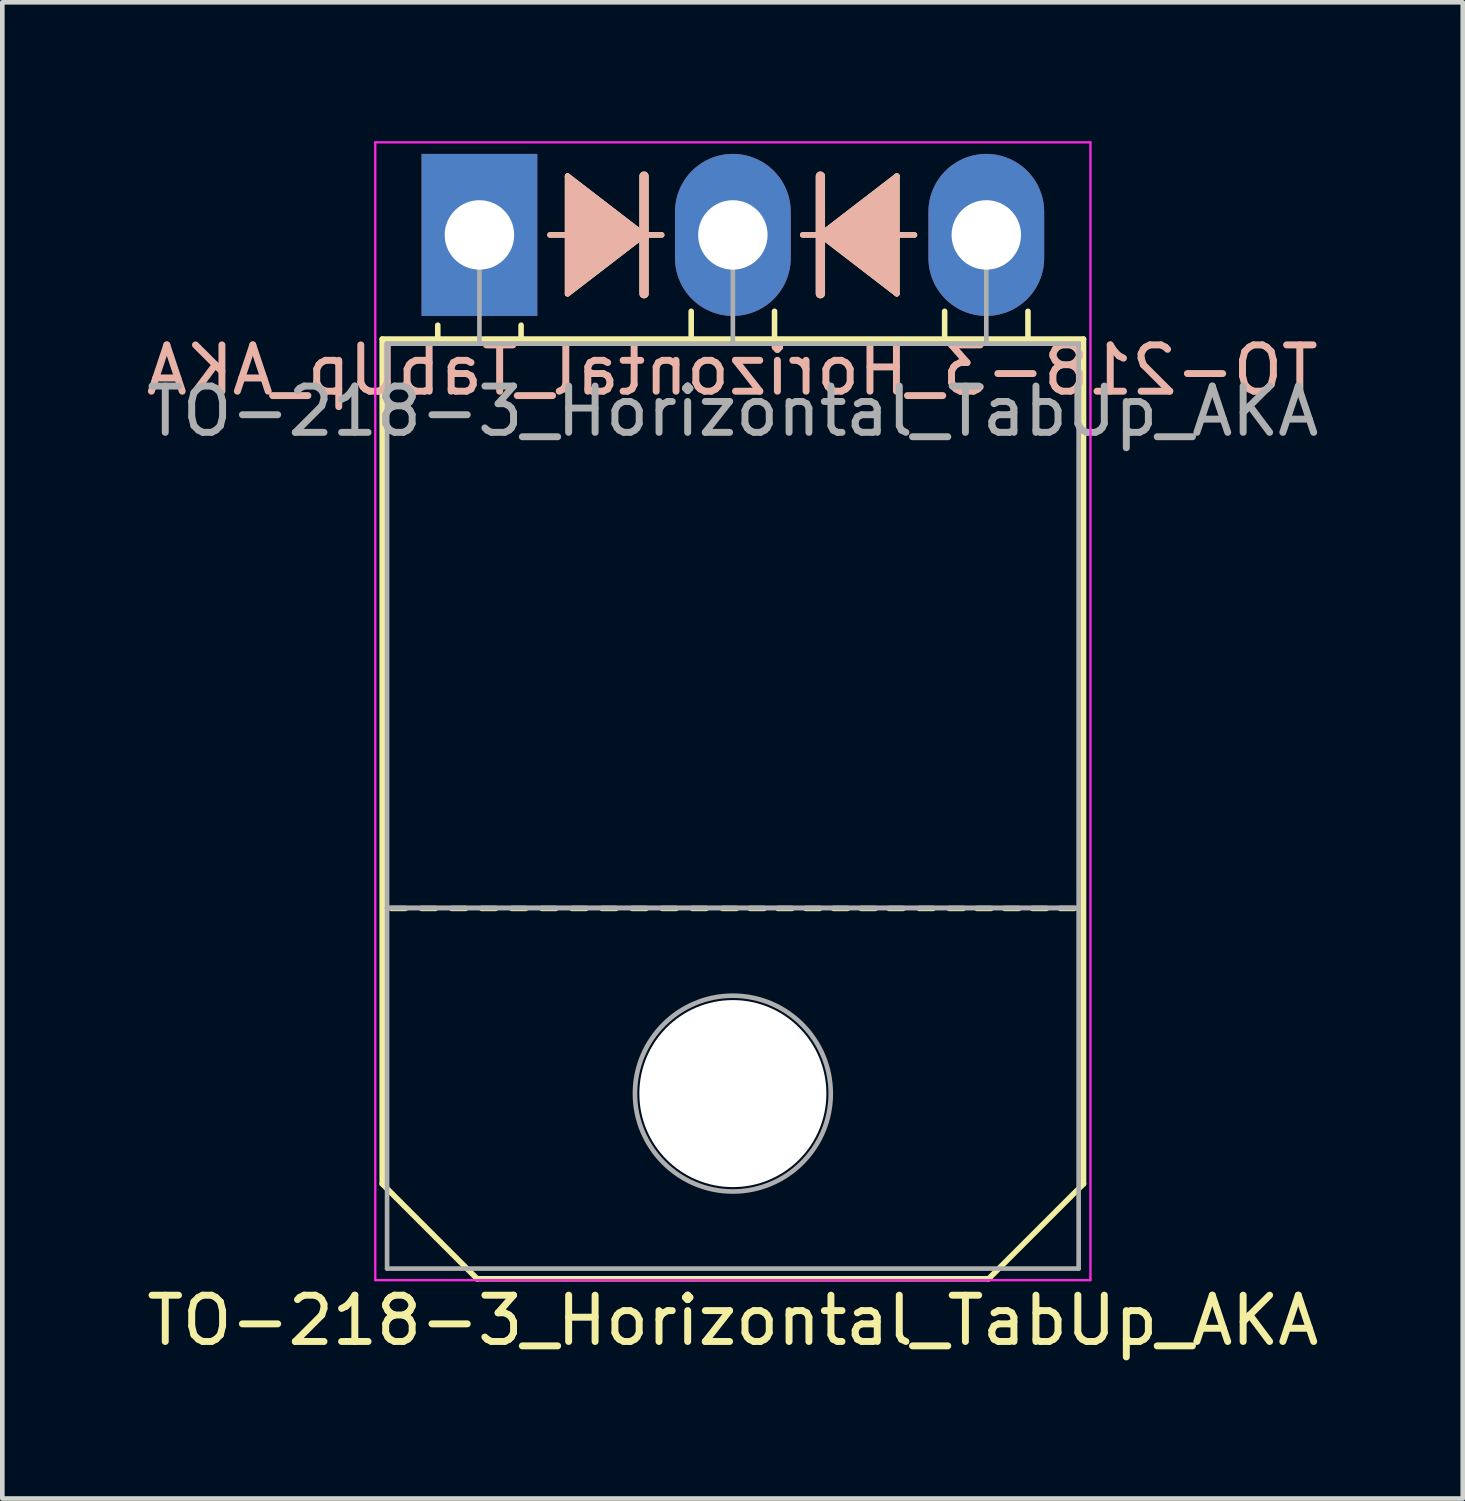
<source format=kicad_pcb>
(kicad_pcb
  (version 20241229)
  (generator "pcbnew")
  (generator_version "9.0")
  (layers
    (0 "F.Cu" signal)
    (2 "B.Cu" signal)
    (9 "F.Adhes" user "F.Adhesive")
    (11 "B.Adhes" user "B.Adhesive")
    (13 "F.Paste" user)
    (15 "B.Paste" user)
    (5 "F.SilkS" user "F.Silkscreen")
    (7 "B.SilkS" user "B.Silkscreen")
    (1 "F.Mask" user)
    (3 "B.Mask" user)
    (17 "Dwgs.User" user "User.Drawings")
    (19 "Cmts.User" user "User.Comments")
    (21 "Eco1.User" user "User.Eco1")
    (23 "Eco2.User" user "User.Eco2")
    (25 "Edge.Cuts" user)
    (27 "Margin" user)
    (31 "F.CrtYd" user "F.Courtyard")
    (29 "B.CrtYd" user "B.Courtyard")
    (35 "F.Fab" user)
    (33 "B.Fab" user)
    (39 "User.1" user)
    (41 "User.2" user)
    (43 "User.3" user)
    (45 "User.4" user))
  (footprint "TO-218-3_Horizontal_TabUp_AKA"
    (layer "F.Cu")
    (at 7.307 2.025)
    (property "Reference" "TO-218-3_Horizontal_TabUp_AKA" (at 5.475 23.45 0) (layer "F.SilkS") (effects (font (size 1 1) (thickness 0.15))))
    (fp_line (start -2.1 2.25) (end 13.05 2.25) (stroke (width 0.12) (type solid)) (layer "F.SilkS"))
    (fp_line (start -2.1 20.5) (end -2.1 2.25) (stroke (width 0.12) (type solid)) (layer "F.SilkS"))
    (fp_line (start -2.1 20.5) (end -0.05 22.55) (stroke (width 0.12) (type solid)) (layer "F.SilkS"))
    (fp_line (start -1.6 14.55) (end -1.9 14.55) (stroke (width 0.12) (type solid)) (layer "F.SilkS"))
    (fp_line (start -0.95 14.55) (end -1.25 14.55) (stroke (width 0.12) (type solid)) (layer "F.SilkS"))
    (fp_line (start -0.9 2.2) (end -0.9 1.95) (stroke (width 0.12) (type solid)) (layer "F.SilkS"))
    (fp_line (start -0.3 14.55) (end -0.6 14.55) (stroke (width 0.12) (type solid)) (layer "F.SilkS"))
    (fp_line (start 0.35 14.55) (end 0.05 14.55) (stroke (width 0.12) (type solid)) (layer "F.SilkS"))
    (fp_line (start 0.9 2.2) (end 0.9 1.95) (stroke (width 0.12) (type solid)) (layer "F.SilkS"))
    (fp_line (start 1 14.55) (end 0.7 14.55) (stroke (width 0.12) (type solid)) (layer "F.SilkS"))
    (fp_line (start 1.524 0) (end 1.905 0) (stroke (width 0.12) (type solid)) (layer "F.SilkS"))
    (fp_line (start 1.65 14.55) (end 1.35 14.55) (stroke (width 0.12) (type solid)) (layer "F.SilkS"))
    (fp_line (start 1.905 -1.27) (end 1.905 1.27) (stroke (width 0.12) (type solid)) (layer "F.SilkS"))
    (fp_line (start 1.905 1.27) (end 3.556 0) (stroke (width 0.12) (type solid)) (layer "F.SilkS"))
    (fp_line (start 2.3 14.55) (end 2 14.55) (stroke (width 0.12) (type solid)) (layer "F.SilkS"))
    (fp_line (start 2.95 14.55) (end 2.65 14.55) (stroke (width 0.12) (type solid)) (layer "F.SilkS"))
    (fp_line (start 3.556 0) (end 1.905 -1.27) (stroke (width 0.12) (type solid)) (layer "F.SilkS"))
    (fp_line (start 3.556 0) (end 3.556 -1.27) (stroke (width 0.2) (type solid)) (layer "F.SilkS"))
    (fp_line (start 3.556 1.27) (end 3.556 0) (stroke (width 0.2) (type solid)) (layer "F.SilkS"))
    (fp_line (start 3.6 14.55) (end 3.3 14.55) (stroke (width 0.12) (type solid)) (layer "F.SilkS"))
    (fp_line (start 3.937 0) (end 3.556 0) (stroke (width 0.12) (type solid)) (layer "F.SilkS"))
    (fp_line (start 4.25 14.55) (end 3.95 14.55) (stroke (width 0.12) (type solid)) (layer "F.SilkS"))
    (fp_line (start 4.575 2.2) (end 4.575 1.65) (stroke (width 0.12) (type solid)) (layer "F.SilkS"))
    (fp_line (start 4.9 14.55) (end 4.6 14.55) (stroke (width 0.12) (type solid)) (layer "F.SilkS"))
    (fp_line (start 5.55 14.55) (end 5.25 14.55) (stroke (width 0.12) (type solid)) (layer "F.SilkS"))
    (fp_line (start 6.15 14.55) (end 5.85 14.55) (stroke (width 0.12) (type solid)) (layer "F.SilkS"))
    (fp_line (start 6.375 2.2) (end 6.375 1.65) (stroke (width 0.12) (type solid)) (layer "F.SilkS"))
    (fp_line (start 6.75 14.55) (end 6.45 14.55) (stroke (width 0.12) (type solid)) (layer "F.SilkS"))
    (fp_line (start 6.985 0) (end 7.366 0) (stroke (width 0.12) (type solid)) (layer "F.SilkS"))
    (fp_line (start 7.35 14.55) (end 7.05 14.55) (stroke (width 0.12) (type solid)) (layer "F.SilkS"))
    (fp_line (start 7.366 -1.27) (end 7.366 0) (stroke (width 0.2) (type solid)) (layer "F.SilkS"))
    (fp_line (start 7.366 0) (end 7.366 1.27) (stroke (width 0.2) (type solid)) (layer "F.SilkS"))
    (fp_line (start 7.366 0) (end 9.017 1.27) (stroke (width 0.12) (type solid)) (layer "F.SilkS"))
    (fp_line (start 7.95 14.55) (end 7.65 14.55) (stroke (width 0.12) (type solid)) (layer "F.SilkS"))
    (fp_line (start 8.55 14.55) (end 8.25 14.55) (stroke (width 0.12) (type solid)) (layer "F.SilkS"))
    (fp_line (start 9.017 -1.27) (end 7.366 0) (stroke (width 0.12) (type solid)) (layer "F.SilkS"))
    (fp_line (start 9.017 1.27) (end 9.017 -1.27) (stroke (width 0.12) (type solid)) (layer "F.SilkS"))
    (fp_line (start 9.15 14.55) (end 8.85 14.55) (stroke (width 0.12) (type solid)) (layer "F.SilkS"))
    (fp_line (start 9.398 0) (end 9.017 0) (stroke (width 0.12) (type solid)) (layer "F.SilkS"))
    (fp_line (start 9.8 14.55) (end 9.5 14.55) (stroke (width 0.12) (type solid)) (layer "F.SilkS"))
    (fp_line (start 10.05 2.2) (end 10.05 1.65) (stroke (width 0.12) (type solid)) (layer "F.SilkS"))
    (fp_line (start 10.45 14.55) (end 10.15 14.55) (stroke (width 0.12) (type solid)) (layer "F.SilkS"))
    (fp_line (start 11 22.55) (end -0.05 22.55) (stroke (width 0.12) (type solid)) (layer "F.SilkS"))
    (fp_line (start 11.05 14.55) (end 10.75 14.55) (stroke (width 0.12) (type solid)) (layer "F.SilkS"))
    (fp_line (start 11.65 14.55) (end 11.35 14.55) (stroke (width 0.12) (type solid)) (layer "F.SilkS"))
    (fp_line (start 11.85 2.2) (end 11.85 1.65) (stroke (width 0.12) (type solid)) (layer "F.SilkS"))
    (fp_line (start 12.25 14.55) (end 11.95 14.55) (stroke (width 0.12) (type solid)) (layer "F.SilkS"))
    (fp_line (start 12.85 14.55) (end 12.55 14.55) (stroke (width 0.12) (type solid)) (layer "F.SilkS"))
    (fp_line (start 13.05 2.25) (end 13.05 20.5) (stroke (width 0.12) (type solid)) (layer "F.SilkS"))
    (fp_line (start 13.05 20.5) (end 11 22.55) (stroke (width 0.12) (type solid)) (layer "F.SilkS"))
    (fp_poly (pts (xy 3.556 0) (xy 1.905 1.27) (xy 1.905 -1.27)) (stroke (width 0.1) (type solid)) (fill yes) (layer "F.SilkS"))
    (fp_poly (pts (xy 9.017 1.27) (xy 7.366 0) (xy 9.017 -1.27)) (stroke (width 0.1) (type solid)) (fill yes) (layer "F.SilkS"))
    (fp_line (start 1.524 0) (end 1.905 0) (stroke (width 0.12) (type solid)) (layer "B.SilkS"))
    (fp_line (start 1.905 -1.27) (end 3.556 0) (stroke (width 0.12) (type solid)) (layer "B.SilkS"))
    (fp_line (start 1.905 1.27) (end 1.905 -1.27) (stroke (width 0.12) (type solid)) (layer "B.SilkS"))
    (fp_line (start 3.556 -1.27) (end 3.556 0) (stroke (width 0.2) (type solid)) (layer "B.SilkS"))
    (fp_line (start 3.556 0) (end 1.905 1.27) (stroke (width 0.12) (type solid)) (layer "B.SilkS"))
    (fp_line (start 3.556 0) (end 3.556 1.27) (stroke (width 0.2) (type solid)) (layer "B.SilkS"))
    (fp_line (start 3.937 0) (end 3.556 0) (stroke (width 0.12) (type solid)) (layer "B.SilkS"))
    (fp_line (start 6.985 0) (end 7.366 0) (stroke (width 0.12) (type solid)) (layer "B.SilkS"))
    (fp_line (start 7.366 0) (end 7.366 -1.27) (stroke (width 0.2) (type solid)) (layer "B.SilkS"))
    (fp_line (start 7.366 0) (end 9.017 -1.27) (stroke (width 0.12) (type solid)) (layer "B.SilkS"))
    (fp_line (start 7.366 1.27) (end 7.366 0) (stroke (width 0.2) (type solid)) (layer "B.SilkS"))
    (fp_line (start 9.017 -1.27) (end 9.017 1.27) (stroke (width 0.12) (type solid)) (layer "B.SilkS"))
    (fp_line (start 9.017 1.27) (end 7.366 0) (stroke (width 0.12) (type solid)) (layer "B.SilkS"))
    (fp_line (start 9.398 0) (end 9.017 0) (stroke (width 0.12) (type solid)) (layer "B.SilkS"))
    (fp_poly (pts (xy 3.556 0) (xy 1.905 -1.27) (xy 1.905 1.27)) (stroke (width 0.1) (type solid)) (fill yes) (layer "B.SilkS"))
    (fp_poly (pts (xy 7.366 0) (xy 9.017 1.27) (xy 9.017 -1.27)) (stroke (width 0.1) (type solid)) (fill yes) (layer "B.SilkS"))
    (fp_line (start -2.25 -2) (end -2.25 22.58) (stroke (width 0.05) (type solid)) (layer "F.CrtYd"))
    (fp_line (start -2.25 22.58) (end 13.2 22.58) (stroke (width 0.05) (type solid)) (layer "F.CrtYd"))
    (fp_line (start 13.2 -2) (end -2.25 -2) (stroke (width 0.05) (type solid)) (layer "F.CrtYd"))
    (fp_line (start 13.2 22.58) (end 13.2 -2) (stroke (width 0.05) (type solid)) (layer "F.CrtYd"))
    (fp_line (start -1.995 2.35) (end -1.995 14.54) (stroke (width 0.1) (type solid)) (layer "F.Fab"))
    (fp_line (start -1.995 14.54) (end -1.995 22.33) (stroke (width 0.1) (type solid)) (layer "F.Fab"))
    (fp_line (start -1.995 14.54) (end 12.945 14.54) (stroke (width 0.1) (type solid)) (layer "F.Fab"))
    (fp_line (start -1.995 22.33) (end 12.945 22.33) (stroke (width 0.1) (type solid)) (layer "F.Fab"))
    (fp_line (start 0 2.35) (end 0 0) (stroke (width 0.1) (type solid)) (layer "F.Fab"))
    (fp_line (start 5.475 2.35) (end 5.475 0) (stroke (width 0.1) (type solid)) (layer "F.Fab"))
    (fp_line (start 10.95 2.35) (end 10.95 0) (stroke (width 0.1) (type solid)) (layer "F.Fab"))
    (fp_line (start 12.945 2.35) (end -1.995 2.35) (stroke (width 0.1) (type solid)) (layer "F.Fab"))
    (fp_line (start 12.945 14.54) (end -1.995 14.54) (stroke (width 0.1) (type solid)) (layer "F.Fab"))
    (fp_line (start 12.945 14.54) (end 12.945 2.35) (stroke (width 0.1) (type solid)) (layer "F.Fab"))
    (fp_line (start 12.945 22.33) (end 12.945 14.54) (stroke (width 0.1) (type solid)) (layer "F.Fab"))
    (fp_circle (center 5.475 18.55) (end 7.59 18.55) (stroke (width 0.1) (type solid)) (fill no) (layer "F.Fab"))
    (fp_text user "${REFERENCE}" (at 5.461 2.921 0) (layer "B.SilkS") (effects (font (size 1 1) (thickness 0.15)) (justify mirror)))
    (fp_text user "${REFERENCE}" (at 5.475 3.81 0) (layer "F.Fab") (effects (font (size 1 1) (thickness 0.15))))
    (pad "" np_thru_hole oval (at 5.475 18.55) (size 4.04 4.04) (drill 4.04) (layers "*.Cu" "*.Mask"))
    (pad "1" thru_hole rect (at 0 0) (size 2.5 3.5) (drill 1.5) (layers "*.Cu" "*.Mask"))
    (pad "2" thru_hole oval (at 5.475 0) (size 2.5 3.5) (drill 1.5) (layers "*.Cu" "*.Mask"))
    (pad "3" thru_hole oval (at 10.95 0) (size 2.5 3.5) (drill 1.5) (layers "*.Cu" "*.Mask")))
  (gr_rect
    (start -3 -3)
    (end 28.55 29.323)
    (stroke (width 0.1) (type default))
    (fill no)
    (layer "Edge.Cuts")))
</source>
